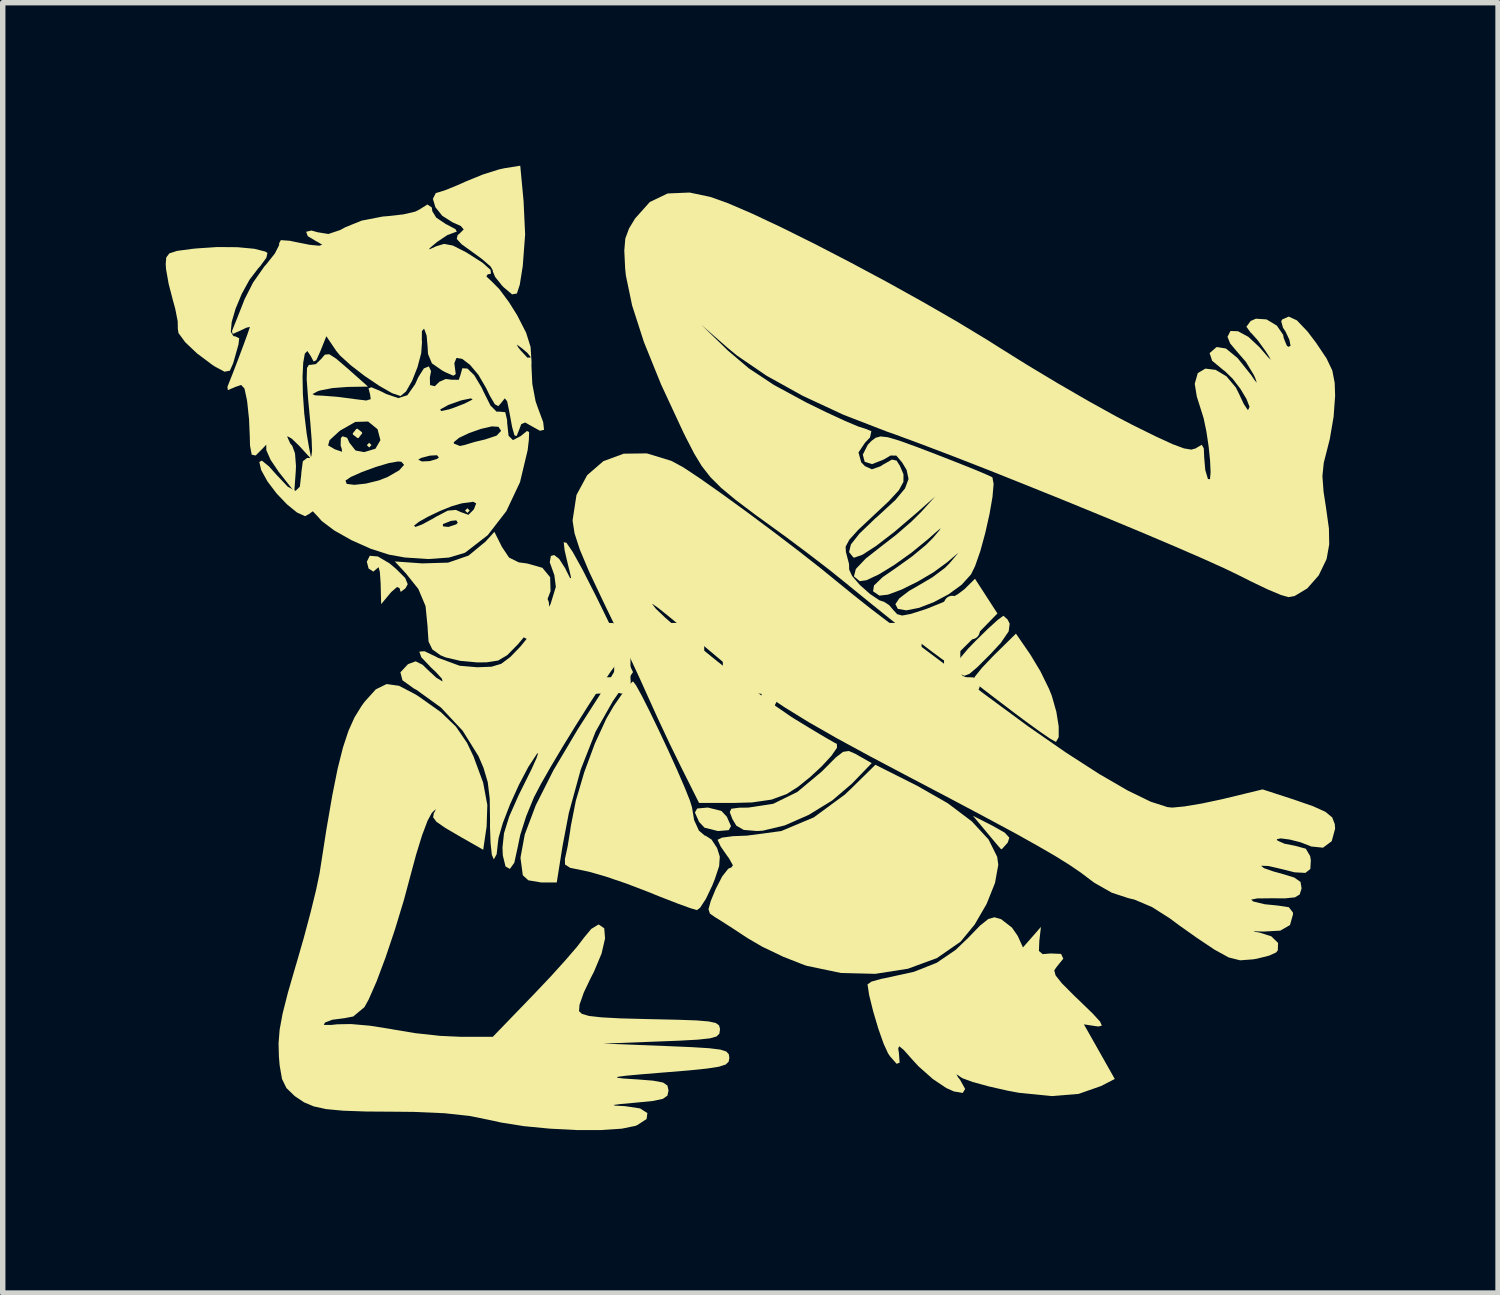
<source format=kicad_pcb>
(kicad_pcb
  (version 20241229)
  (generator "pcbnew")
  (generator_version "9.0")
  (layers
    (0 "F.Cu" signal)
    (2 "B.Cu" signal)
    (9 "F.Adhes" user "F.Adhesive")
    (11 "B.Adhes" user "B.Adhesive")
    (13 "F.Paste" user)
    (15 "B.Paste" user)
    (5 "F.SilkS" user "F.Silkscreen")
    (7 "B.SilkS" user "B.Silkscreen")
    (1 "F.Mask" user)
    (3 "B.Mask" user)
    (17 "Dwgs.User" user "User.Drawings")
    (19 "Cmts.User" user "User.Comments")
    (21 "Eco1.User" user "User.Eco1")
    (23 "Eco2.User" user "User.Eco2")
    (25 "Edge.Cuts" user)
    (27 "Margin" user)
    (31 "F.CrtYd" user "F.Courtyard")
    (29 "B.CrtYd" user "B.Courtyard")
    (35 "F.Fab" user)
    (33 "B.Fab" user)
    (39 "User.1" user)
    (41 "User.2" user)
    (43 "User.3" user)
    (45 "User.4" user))
  (footprint "tangent"
    (layer "F.Cu")
    (at 10.762 8.888)
    (property "Reference" "tangent" (at 0 0 0) (layer "F.SilkS") (effects (font (size 1.5 1.5) (thickness 0.3))))
    (attr board_only exclude_from_pos_files exclude_from_bom)
    (fp_poly (pts (xy -6.974 -3.745) (xy -7.017 -3.702) (xy -7.06 -3.745) (xy -7.017 -3.788)) (stroke (width 0) (type solid)) (fill yes) (layer "F.SilkS"))
    (fp_poly (pts (xy -5.166 -2.54) (xy -5.209 -2.497) (xy -5.252 -2.54) (xy -5.209 -2.583)) (stroke (width 0) (type solid)) (fill yes) (layer "F.SilkS"))
    (fp_poly (pts (xy -7.149 -3.981) (xy -7.146 -3.961) (xy -7.212 -3.877) (xy -7.233 -3.875) (xy -7.316 -3.94) (xy -7.319 -3.961) (xy -7.253 -4.044) (xy -7.233 -4.047)) (stroke (width 0) (type solid)) (fill yes) (layer "F.SilkS"))
    (fp_poly (pts (xy 4.466 3.266) (xy 4.684 3.39) (xy 4.766 3.481) (xy 4.739 3.568) (xy 4.731 3.578) (xy 4.641 3.679) (xy 4.617 3.696) (xy 4.561 3.633) (xy 4.431 3.479) (xy 4.352 3.384) (xy 4.097 3.078)) (stroke (width 0) (type solid)) (fill yes) (layer "F.SilkS"))
    (fp_poly (pts (xy -0.534 2.988) (xy -0.434 3.094) (xy -0.357 3.268) (xy -0.398 3.342) (xy -0.583 3.358) (xy -0.6 3.358) (xy -0.844 3.297) (xy -0.944 3.191) (xy -1.021 3.018) (xy -0.98 2.944) (xy -0.795 2.927) (xy -0.778 2.927)) (stroke (width 0) (type solid)) (fill yes) (layer "F.SilkS"))
    (fp_poly (pts (xy 4.735 -0.534) (xy 4.773 -0.458) (xy 4.754 -0.316) (xy 4.608 -0.103) (xy 4.419 0.101) (xy 4.185 0.335) (xy 4.036 0.463) (xy 3.94 0.501) (xy 3.862 0.466) (xy 3.805 0.412) (xy 3.776 0.33) (xy 3.838 0.202) (xy 4.006 0.003) (xy 4.151 -0.147) (xy 4.375 -0.367) (xy 4.554 -0.529) (xy 4.653 -0.601) (xy 4.659 -0.603)) (stroke (width 0) (type solid)) (fill yes) (layer "F.SilkS"))
    (fp_poly (pts (xy -6.859 -1.696) (xy -6.643 -1.569) (xy -6.524 -1.469) (xy -6.353 -1.298) (xy -6.307 -1.185) (xy -6.35 -1.108) (xy -6.437 -1.043) (xy -6.458 -1.112) (xy -6.503 -1.134) (xy -6.613 -1.038) (xy -6.627 -1.021) (xy -6.796 -0.818) (xy -6.806 -1.205) (xy -6.82 -1.411) (xy -6.844 -1.498) (xy -6.859 -1.485) (xy -6.94 -1.417) (xy -7.027 -1.473) (xy -7.06 -1.598) (xy -7.006 -1.708)) (stroke (width 0) (type solid)) (fill yes) (layer "F.SilkS"))
    (fp_poly (pts (xy 5.153 0.11) (xy 5.338 0.417) (xy 5.499 0.746) (xy 5.549 0.872) (xy 5.632 1.165) (xy 5.675 1.433) (xy 5.675 1.631) (xy 5.627 1.715) (xy 5.618 1.715) (xy 5.526 1.664) (xy 5.33 1.53) (xy 5.061 1.335) (xy 4.85 1.177) (xy 4.551 0.95) (xy 4.305 0.762) (xy 4.144 0.635) (xy 4.098 0.598) (xy 4.131 0.518) (xy 4.261 0.356) (xy 4.461 0.145) (xy 4.469 0.137) (xy 4.888 -0.275)) (stroke (width 0) (type solid)) (fill yes) (layer "F.SilkS"))
    (fp_poly (pts (xy 1.936 1.939) (xy 1.986 1.968) (xy 2.233 2.109) (xy 1.87 2.485) (xy 1.507 2.795) (xy 1.076 3.06) (xy 0.632 3.255) (xy 0.228 3.352) (xy 0.121 3.358) (xy -0.122 3.338) (xy -0.258 3.26) (xy -0.329 3.143) (xy -0.38 3.011) (xy -0.351 2.948) (xy -0.206 2.929) (xy -0.038 2.927) (xy 0.42 2.857) (xy 0.864 2.639) (xy 1.314 2.263) (xy 1.365 2.212) (xy 1.573 2.003) (xy 1.706 1.901) (xy 1.812 1.885)) (stroke (width 0) (type solid)) (fill yes) (layer "F.SilkS"))
    (fp_poly (pts (xy -4.573 -1.871) (xy -4.442 -1.675) (xy -4.264 -1.587) (xy -4.107 -1.566) (xy -3.829 -1.487) (xy -3.686 -1.314) (xy -3.678 -1.058) (xy -3.802 -0.731) (xy -4.057 -0.343) (xy -4.276 -0.082) (xy -4.474 0.12) (xy -4.642 0.22) (xy -4.855 0.253) (xy -5.025 0.255) (xy -5.335 0.227) (xy -5.612 0.162) (xy -5.704 0.123) (xy -5.854 0.016) (xy -5.924 -0.129) (xy -5.941 -0.376) (xy -5.941 -0.396) (xy -5.979 -0.782) (xy -6.112 -1.097) (xy -6.34 -1.383) (xy -6.545 -1.604) (xy -6.042 -1.568) (xy -5.564 -1.582) (xy -5.187 -1.712) (xy -4.874 -1.97) (xy -4.712 -2.149)) (stroke (width 0) (type solid)) (fill yes) (layer "F.SilkS"))
    (fp_poly (pts (xy -4.175 -8.238) (xy -4.146 -7.624) (xy -4.19 -7.04) (xy -4.245 -6.696) (xy -4.298 -6.535) (xy -4.387 -6.52) (xy -4.541 -6.65) (xy -4.57 -6.68) (xy -4.699 -6.841) (xy -4.744 -6.95) (xy -4.74 -6.96) (xy -4.784 -7.035) (xy -4.937 -7.168) (xy -5.095 -7.283) (xy -5.314 -7.441) (xy -5.405 -7.54) (xy -5.389 -7.61) (xy -5.349 -7.643) (xy -5.277 -7.715) (xy -5.331 -7.779) (xy -5.483 -7.846) (xy -5.671 -7.965) (xy -5.798 -8.124) (xy -5.844 -8.278) (xy -5.791 -8.384) (xy -5.726 -8.403) (xy -5.604 -8.442) (xy -5.385 -8.532) (xy -5.226 -8.603) (xy -4.924 -8.726) (xy -4.633 -8.818) (xy -4.524 -8.842) (xy -4.236 -8.888)) (stroke (width 0) (type solid)) (fill yes) (layer "F.SilkS"))
    (fp_poly (pts (xy -9.441 -7.388) (xy -9.132 -7.359) (xy -8.93 -7.308) (xy -8.889 -7.282) (xy -8.909 -7.194) (xy -9.022 -7.039) (xy -9.062 -6.995) (xy -9.22 -6.788) (xy -9.362 -6.529) (xy -9.475 -6.258) (xy -9.547 -6.012) (xy -9.564 -5.83) (xy -9.514 -5.749) (xy -9.486 -5.749) (xy -9.409 -5.712) (xy -9.422 -5.599) (xy -9.489 -5.361) (xy -9.52 -5.252) (xy -9.581 -5.115) (xy -9.679 -5.096) (xy -9.858 -5.192) (xy -9.904 -5.222) (xy -10.187 -5.434) (xy -10.404 -5.64) (xy -10.527 -5.808) (xy -10.539 -5.888) (xy -10.541 -6.023) (xy -10.587 -6.257) (xy -10.631 -6.417) (xy -10.708 -6.714) (xy -10.755 -6.98) (xy -10.762 -7.075) (xy -10.752 -7.199) (xy -10.695 -7.274) (xy -10.552 -7.32) (xy -10.286 -7.356) (xy -10.198 -7.365) (xy -9.812 -7.391)) (stroke (width 0) (type solid)) (fill yes) (layer "F.SilkS"))
    (fp_poly (pts (xy 3.069 2.525) (xy 3.633 2.847) (xy 4.076 3.181) (xy 4.384 3.514) (xy 4.543 3.833) (xy 4.563 3.98) (xy 4.503 4.313) (xy 4.348 4.701) (xy 4.128 5.08) (xy 3.873 5.39) (xy 3.863 5.399) (xy 3.435 5.696) (xy 2.901 5.893) (xy 2.298 5.987) (xy 1.665 5.971) (xy 1.04 5.84) (xy 0.99 5.824) (xy 0.608 5.674) (xy 0.219 5.488) (xy -0.052 5.33) (xy -0.316 5.156) (xy -0.543 5.01) (xy -0.654 4.942) (xy -0.745 4.878) (xy -0.771 4.797) (xy -0.731 4.651) (xy -0.638 4.425) (xy -0.519 4.194) (xy -0.407 4.052) (xy -0.35 4.028) (xy -0.322 3.989) (xy -0.396 3.857) (xy -0.422 3.823) (xy -0.545 3.646) (xy -0.602 3.525) (xy -0.603 3.519) (xy -0.524 3.48) (xy -0.32 3.453) (xy -0.065 3.443) (xy 0.567 3.359) (xy 1.167 3.107) (xy 1.739 2.687) (xy 1.861 2.571) (xy 2.301 2.139)) (stroke (width 0) (type solid)) (fill yes) (layer "F.SilkS"))
    (fp_poly (pts (xy -2.105 0.676) (xy -1.996 0.874) (xy -1.85 1.163) (xy -1.683 1.509) (xy -1.51 1.878) (xy -1.347 2.238) (xy -1.21 2.555) (xy -1.114 2.795) (xy -1.074 2.924) (xy -1.074 2.927) (xy -1.035 3.159) (xy -0.947 3.351) (xy -0.839 3.443) (xy -0.826 3.444) (xy -0.715 3.515) (xy -0.613 3.671) (xy -0.563 3.83) (xy -0.575 4.004) (xy -0.657 4.251) (xy -0.701 4.36) (xy -0.819 4.607) (xy -0.926 4.772) (xy -0.984 4.814) (xy -1.099 4.78) (xy -1.334 4.695) (xy -1.651 4.572) (xy -1.894 4.474) (xy -2.286 4.324) (xy -2.663 4.196) (xy -2.969 4.108) (xy -3.085 4.083) (xy -3.315 4.037) (xy -3.412 3.975) (xy -3.414 3.868) (xy -3.407 3.842) (xy -3.364 3.643) (xy -3.319 3.367) (xy -3.306 3.272) (xy -3.214 2.805) (xy -3.058 2.276) (xy -2.863 1.749) (xy -2.65 1.287) (xy -2.514 1.055) (xy -2.351 0.82) (xy -2.222 0.657) (xy -2.161 0.603)) (stroke (width 0) (type solid)) (fill yes) (layer "F.SilkS"))
    (fp_poly (pts (xy 4.611 4.98) (xy 4.619 4.984) (xy 4.814 5.135) (xy 4.921 5.289) (xy 5.017 5.501) (xy 5.183 5.312) (xy 5.348 5.123) (xy 5.318 5.385) (xy 5.311 5.566) (xy 5.38 5.624) (xy 5.528 5.612) (xy 5.718 5.62) (xy 5.76 5.707) (xy 5.643 5.852) (xy 5.64 5.855) (xy 5.593 5.923) (xy 5.618 6.016) (xy 5.733 6.161) (xy 5.955 6.384) (xy 6.048 6.473) (xy 6.301 6.718) (xy 6.437 6.867) (xy 6.469 6.94) (xy 6.412 6.956) (xy 6.363 6.951) (xy 6.139 6.917) (xy 6.423 7.419) (xy 6.707 7.922) (xy 6.455 8.052) (xy 6.041 8.197) (xy 5.544 8.237) (xy 4.94 8.176) (xy 4.732 8.137) (xy 4.384 8.058) (xy 4.092 7.978) (xy 3.905 7.909) (xy 3.875 7.891) (xy 3.791 7.834) (xy 3.823 7.891) (xy 3.861 7.94) (xy 3.953 8.106) (xy 3.909 8.179) (xy 3.744 8.151) (xy 3.604 8.088) (xy 3.357 7.922) (xy 3.094 7.689) (xy 2.991 7.577) (xy 2.822 7.387) (xy 2.739 7.319) (xy 2.721 7.364) (xy 2.734 7.446) (xy 2.747 7.622) (xy 2.692 7.643) (xy 2.572 7.507) (xy 2.535 7.453) (xy 2.453 7.275) (xy 2.354 6.994) (xy 2.259 6.673) (xy 2.186 6.378) (xy 2.156 6.182) (xy 2.229 6.13) (xy 2.415 6.078) (xy 2.475 6.067) (xy 3.012 5.949) (xy 3.43 5.783) (xy 3.778 5.546) (xy 4.008 5.325) (xy 4.229 5.097) (xy 4.378 4.978) (xy 4.492 4.946)) (stroke (width 0) (type solid)) (fill yes) (layer "F.SilkS"))
    (fp_poly (pts (xy 2.529 -3.89) (xy 2.737 -3.829) (xy 3.05 -3.716) (xy 3.401 -3.582) (xy 3.788 -3.431) (xy 4.114 -3.301) (xy 4.346 -3.203) (xy 4.453 -3.153) (xy 4.455 -3.151) (xy 4.477 -3.03) (xy 4.456 -2.789) (xy 4.401 -2.473) (xy 4.323 -2.126) (xy 4.232 -1.793) (xy 4.136 -1.518) (xy 4.061 -1.365) (xy 3.888 -1.174) (xy 3.647 -0.999) (xy 3.373 -0.853) (xy 3.102 -0.749) (xy 2.871 -0.704) (xy 2.715 -0.73) (xy 2.669 -0.817) (xy 2.74 -0.924) (xy 2.923 -1.063) (xy 3.078 -1.152) (xy 3.35 -1.312) (xy 3.581 -1.485) (xy 3.659 -1.562) (xy 3.83 -1.765) (xy 3.616 -1.584) (xy 3.369 -1.403) (xy 3.075 -1.23) (xy 2.781 -1.085) (xy 2.534 -0.993) (xy 2.378 -0.975) (xy 2.373 -0.976) (xy 2.258 -1.054) (xy 2.275 -1.161) (xy 2.432 -1.313) (xy 2.691 -1.492) (xy 2.975 -1.695) (xy 3.231 -1.907) (xy 3.357 -2.033) (xy 3.481 -2.178) (xy 3.503 -2.215) (xy 3.412 -2.14) (xy 3.271 -2.015) (xy 2.965 -1.765) (xy 2.65 -1.54) (xy 2.362 -1.364) (xy 2.135 -1.258) (xy 2.012 -1.241) (xy 1.906 -1.329) (xy 1.941 -1.465) (xy 2.123 -1.657) (xy 2.39 -1.867) (xy 2.687 -2.097) (xy 2.965 -2.338) (xy 3.142 -2.513) (xy 3.4 -2.798) (xy 3.056 -2.494) (xy 2.648 -2.146) (xy 2.311 -1.887) (xy 2.061 -1.726) (xy 1.913 -1.674) (xy 1.894 -1.679) (xy 1.816 -1.776) (xy 1.85 -1.916) (xy 2.006 -2.115) (xy 2.293 -2.391) (xy 2.368 -2.457) (xy 2.671 -2.737) (xy 2.847 -2.949) (xy 2.911 -3.122) (xy 2.876 -3.287) (xy 2.794 -3.424) (xy 2.686 -3.552) (xy 2.58 -3.553) (xy 2.453 -3.479) (xy 2.24 -3.395) (xy 2.104 -3.438) (xy 2.069 -3.57) (xy 2.161 -3.752) (xy 2.229 -3.823) (xy 2.305 -3.88) (xy 2.395 -3.905)) (stroke (width 0) (type solid)) (fill yes) (layer "F.SilkS"))
    (fp_poly (pts (xy -3.386 -1.948) (xy -3.271 -1.78) (xy -3.09 -1.454) (xy -2.844 -0.97) (xy -2.712 -0.701) (xy -2.16 0.433) (xy -2.533 0.97) (xy -2.849 1.529) (xy -3.122 2.225) (xy -3.342 3.027) (xy -3.458 3.638) (xy -3.564 4.305) (xy -3.851 4.305) (xy -4.088 4.265) (xy -4.189 4.172) (xy -4.232 3.85) (xy -4.153 3.422) (xy -3.951 2.886) (xy -3.625 2.239) (xy -3.173 1.479) (xy -2.984 1.184) (xy -2.751 0.821) (xy -2.56 0.516) (xy -2.428 0.294) (xy -2.369 0.181) (xy -2.369 0.172) (xy -2.438 0.242) (xy -2.576 0.431) (xy -2.765 0.712) (xy -2.988 1.056) (xy -3.227 1.435) (xy -3.463 1.82) (xy -3.679 2.183) (xy -3.857 2.495) (xy -3.979 2.729) (xy -3.985 2.741) (xy -4.126 3.084) (xy -4.236 3.43) (xy -4.285 3.666) (xy -4.345 3.941) (xy -4.427 4.056) (xy -4.507 4.011) (xy -4.557 3.807) (xy -4.563 3.663) (xy -4.535 3.399) (xy -4.439 3.09) (xy -4.264 2.695) (xy -4.178 2.522) (xy -4.031 2.226) (xy -3.937 2.018) (xy -3.906 1.922) (xy -3.929 1.937) (xy -4.088 2.18) (xy -4.26 2.507) (xy -4.424 2.868) (xy -4.557 3.212) (xy -4.636 3.487) (xy -4.649 3.592) (xy -4.67 3.784) (xy -4.719 3.874) (xy -4.725 3.875) (xy -4.759 3.795) (xy -4.782 3.584) (xy -4.793 3.281) (xy -4.792 3.164) (xy -4.798 2.761) (xy -4.834 2.46) (xy -4.914 2.191) (xy -5.005 1.98) (xy -5.296 1.512) (xy -5.696 1.085) (xy -6.145 0.761) (xy -6.194 0.735) (xy -6.404 0.584) (xy -6.442 0.437) (xy -6.308 0.293) (xy -6.295 0.284) (xy -6.161 0.235) (xy -6.032 0.299) (xy -5.936 0.393) (xy -5.781 0.536) (xy -5.672 0.602) (xy -5.666 0.603) (xy -5.679 0.553) (xy -5.794 0.427) (xy -5.875 0.352) (xy -6.056 0.161) (xy -6.094 0.056) (xy -5.998 0.049) (xy -5.777 0.155) (xy -5.757 0.167) (xy -5.352 0.316) (xy -5.026 0.344) (xy -4.767 0.334) (xy -4.587 0.281) (xy -4.419 0.155) (xy -4.236 -0.034) (xy -3.899 -0.447) (xy -3.678 -0.82) (xy -3.581 -1.136) (xy -3.608 -1.351) (xy -3.693 -1.589) (xy -3.672 -1.705) (xy -3.612 -1.722) (xy -3.52 -1.651) (xy -3.409 -1.478) (xy -3.392 -1.442) (xy -3.317 -1.294) (xy -3.301 -1.303) (xy -3.317 -1.378) (xy -3.381 -1.643) (xy -3.419 -1.808) (xy -3.436 -1.957)) (stroke (width 0) (type solid)) (fill yes) (layer "F.SilkS"))
    (fp_poly (pts (xy -6.467 0.685) (xy -6.165 0.843) (xy -6.095 0.888) (xy -5.699 1.169) (xy -5.42 1.436) (xy -5.215 1.737) (xy -5.097 1.984) (xy -4.919 2.467) (xy -4.842 2.879) (xy -4.855 3.278) (xy -4.862 3.323) (xy -4.918 3.703) (xy -5.322 3.473) (xy -5.613 3.303) (xy -5.778 3.189) (xy -5.84 3.106) (xy -5.827 3.029) (xy -5.804 2.992) (xy -5.791 2.955) (xy -5.865 3.026) (xy -5.942 3.169) (xy -6.043 3.437) (xy -6.152 3.79) (xy -6.231 4.082) (xy -6.377 4.627) (xy -6.543 5.173) (xy -6.715 5.685) (xy -6.88 6.126) (xy -7.026 6.459) (xy -7.104 6.6) (xy -7.31 6.772) (xy -7.471 6.803) (xy -7.695 6.832) (xy -7.831 6.884) (xy -7.851 6.927) (xy -7.707 6.927) (xy -7.609 6.916) (xy -7.352 6.911) (xy -7.001 6.942) (xy -6.627 7.001) (xy -6.592 7.008) (xy -6.167 7.079) (xy -5.707 7.129) (xy -5.332 7.146) (xy -4.741 7.146) (xy -3.985 6.363) (xy -3.679 6.04) (xy -3.405 5.737) (xy -3.192 5.49) (xy -3.07 5.331) (xy -3.07 5.33) (xy -2.929 5.16) (xy -2.8 5.081) (xy -2.79 5.08) (xy -2.69 5.149) (xy -2.675 5.336) (xy -2.739 5.613) (xy -2.88 5.95) (xy -2.936 6.058) (xy -3.066 6.33) (xy -3.145 6.555) (xy -3.154 6.674) (xy -3.101 6.724) (xy -2.971 6.762) (xy -2.74 6.788) (xy -2.385 6.807) (xy -1.883 6.82) (xy -1.833 6.821) (xy -1.341 6.832) (xy -0.995 6.844) (xy -0.769 6.863) (xy -0.639 6.891) (xy -0.578 6.934) (xy -0.56 6.994) (xy -0.56 7.017) (xy -0.571 7.089) (xy -0.623 7.14) (xy -0.744 7.174) (xy -0.962 7.198) (xy -1.304 7.217) (xy -1.636 7.23) (xy -2.712 7.271) (xy -1.55 7.316) (xy -1.082 7.336) (xy -0.76 7.356) (xy -0.556 7.381) (xy -0.444 7.416) (xy -0.397 7.467) (xy -0.387 7.534) (xy -0.4 7.604) (xy -0.454 7.656) (xy -0.577 7.696) (xy -0.795 7.73) (xy -1.136 7.765) (xy -1.55 7.799) (xy -2.004 7.836) (xy -2.298 7.863) (xy -2.444 7.883) (xy -2.455 7.899) (xy -2.343 7.913) (xy -2.119 7.928) (xy -2.109 7.928) (xy -1.792 7.953) (xy -1.609 7.987) (xy -1.527 8.043) (xy -1.507 8.134) (xy -1.507 8.137) (xy -1.527 8.229) (xy -1.611 8.288) (xy -1.795 8.327) (xy -2.109 8.358) (xy -2.396 8.384) (xy -2.52 8.401) (xy -2.489 8.413) (xy -2.312 8.422) (xy -2.303 8.423) (xy -2.03 8.464) (xy -1.896 8.55) (xy -1.91 8.659) (xy -2.083 8.772) (xy -2.115 8.785) (xy -2.367 8.837) (xy -2.743 8.862) (xy -3.198 8.862) (xy -3.688 8.837) (xy -4.166 8.791) (xy -4.588 8.724) (xy -4.736 8.691) (xy -5.154 8.605) (xy -5.625 8.553) (xy -6.197 8.528) (xy -6.511 8.525) (xy -7.075 8.521) (xy -7.497 8.506) (xy -7.808 8.477) (xy -8.036 8.427) (xy -8.214 8.353) (xy -8.37 8.249) (xy -8.397 8.228) (xy -8.54 8.089) (xy -8.621 7.923) (xy -8.665 7.669) (xy -8.678 7.514) (xy -8.685 7.268) (xy -8.665 7.015) (xy -8.61 6.717) (xy -8.513 6.335) (xy -8.367 5.831) (xy -8.358 5.803) (xy -8.22 5.324) (xy -8.095 4.855) (xy -7.994 4.443) (xy -7.93 4.138) (xy -7.923 4.092) (xy -7.803 3.323) (xy -7.696 2.703) (xy -7.597 2.209) (xy -7.499 1.82) (xy -7.398 1.514) (xy -7.287 1.267) (xy -7.159 1.059) (xy -7.102 0.98) (xy -6.894 0.75) (xy -6.696 0.653)) (stroke (width 0) (type solid)) (fill yes) (layer "F.SilkS"))
    (fp_poly (pts (xy -1.454 -3.455) (xy -1.235 -3.336) (xy -0.929 -3.133) (xy -0.526 -2.849) (xy -0.062 -2.512) (xy 0.424 -2.15) (xy 0.896 -1.79) (xy 1.317 -1.459) (xy 1.576 -1.248) (xy 1.897 -0.987) (xy 2.233 -0.721) (xy 2.501 -0.517) (xy 2.696 -0.372) (xy 2.999 -0.145) (xy 3.383 0.143) (xy 3.821 0.472) (xy 4.282 0.819) (xy 4.361 0.878) (xy 5.119 1.436) (xy 5.81 1.915) (xy 6.423 2.31) (xy 6.946 2.613) (xy 7.367 2.818) (xy 7.677 2.918) (xy 7.766 2.927) (xy 7.986 2.906) (xy 8.309 2.852) (xy 8.672 2.775) (xy 8.739 2.759) (xy 9.428 2.592) (xy 9.988 2.774) (xy 10.355 2.901) (xy 10.585 3.005) (xy 10.709 3.108) (xy 10.757 3.231) (xy 10.763 3.315) (xy 10.7 3.546) (xy 10.54 3.665) (xy 10.322 3.643) (xy 10.308 3.636) (xy 10.124 3.565) (xy 9.925 3.515) (xy 9.763 3.494) (xy 9.689 3.509) (xy 9.701 3.534) (xy 9.832 3.592) (xy 10.031 3.631) (xy 10.224 3.684) (xy 10.304 3.821) (xy 10.316 3.896) (xy 10.307 4.057) (xy 10.216 4.129) (xy 10.015 4.118) (xy 9.735 4.048) (xy 9.53 4.002) (xy 9.409 3.997) (xy 9.402 4.001) (xy 9.454 4.042) (xy 9.629 4.103) (xy 9.767 4.14) (xy 10.012 4.215) (xy 10.126 4.295) (xy 10.145 4.409) (xy 10.143 4.424) (xy 10.111 4.526) (xy 10.024 4.579) (xy 9.839 4.598) (xy 9.6 4.596) (xy 9.328 4.599) (xy 9.218 4.621) (xy 9.256 4.655) (xy 9.466 4.706) (xy 9.708 4.73) (xy 9.911 4.761) (xy 9.985 4.856) (xy 9.988 4.891) (xy 9.932 5.089) (xy 9.753 5.192) (xy 9.444 5.209) (xy 9.273 5.203) (xy 9.27 5.211) (xy 9.368 5.226) (xy 9.589 5.297) (xy 9.713 5.419) (xy 9.708 5.555) (xy 9.676 5.594) (xy 9.548 5.652) (xy 9.324 5.708) (xy 9.256 5.72) (xy 9.015 5.738) (xy 8.803 5.685) (xy 8.543 5.542) (xy 8.522 5.528) (xy 8.22 5.326) (xy 7.884 5.088) (xy 7.719 4.965) (xy 7.393 4.758) (xy 7.071 4.621) (xy 6.958 4.594) (xy 6.655 4.495) (xy 6.335 4.314) (xy 6.254 4.254) (xy 6.081 4.123) (xy 5.874 3.982) (xy 5.617 3.822) (xy 5.292 3.633) (xy 4.882 3.404) (xy 4.369 3.128) (xy 3.738 2.792) (xy 2.971 2.389) (xy 2.959 2.383) (xy 2.212 1.988) (xy 1.592 1.651) (xy 1.074 1.355) (xy 0.631 1.082) (xy 0.234 0.815) (xy -0.142 0.537) (xy -0.524 0.23) (xy -0.895 -0.082) (xy -1.223 -0.361) (xy -1.498 -0.589) (xy -1.698 -0.749) (xy -1.8 -0.821) (xy -1.808 -0.822) (xy -1.743 -0.736) (xy -1.566 -0.567) (xy -1.3 -0.335) (xy -0.972 -0.06) (xy -0.606 0.237) (xy -0.227 0.536) (xy 0.139 0.817) (xy 0.469 1.061) (xy 0.736 1.245) (xy 0.806 1.29) (xy 1.118 1.48) (xy 1.378 1.635) (xy 1.549 1.733) (xy 1.592 1.754) (xy 1.594 1.826) (xy 1.492 1.973) (xy 1.317 2.163) (xy 1.101 2.364) (xy 0.875 2.546) (xy 0.671 2.676) (xy 0.39 2.78) (xy 0.03 2.832) (xy -0.297 2.841) (xy -0.945 2.841) (xy -1.279 2.174) (xy -1.482 1.759) (xy -1.697 1.301) (xy -1.881 0.895) (xy -1.889 0.877) (xy -2.032 0.559) (xy -2.228 0.138) (xy -2.452 -0.335) (xy -2.681 -0.809) (xy -2.718 -0.886) (xy -2.968 -1.414) (xy -3.138 -1.818) (xy -3.236 -2.119) (xy -3.271 -2.342) (xy -3.272 -2.365) (xy -3.201 -2.827) (xy -3.004 -3.192) (xy -2.707 -3.449) (xy -2.333 -3.587) (xy -1.907 -3.593)) (stroke (width 0) (type solid)) (fill yes) (layer "F.SilkS"))
    (fp_poly (pts (xy -5.864 -8.119) (xy -5.855 -8.051) (xy -5.783 -7.933) (xy -5.607 -7.814) (xy -5.575 -7.799) (xy -5.427 -7.719) (xy -5.404 -7.672) (xy -5.424 -7.668) (xy -5.579 -7.61) (xy -5.769 -7.483) (xy -5.769 -7.483) (xy -5.905 -7.369) (xy -5.909 -7.347) (xy -5.786 -7.404) (xy -5.638 -7.449) (xy -5.475 -7.418) (xy -5.239 -7.298) (xy -5.209 -7.28) (xy -4.929 -7.101) (xy -4.782 -6.97) (xy -4.776 -6.899) (xy -4.836 -6.888) (xy -4.859 -6.849) (xy -4.761 -6.758) (xy -4.621 -6.616) (xy -4.444 -6.377) (xy -4.293 -6.136) (xy -4.128 -5.814) (xy -4.046 -5.552) (xy -4.028 -5.272) (xy -4.03 -5.202) (xy -4.014 -4.871) (xy -3.954 -4.553) (xy -3.918 -4.449) (xy -3.814 -4.169) (xy -3.798 -4.027) (xy -3.872 -4.009) (xy -3.995 -4.076) (xy -4.145 -4.161) (xy -4.217 -4.132) (xy -4.259 -4.021) (xy -4.303 -3.912) (xy -4.342 -3.924) (xy -4.385 -4.075) (xy -4.435 -4.346) (xy -4.477 -4.551) (xy -4.52 -4.606) (xy -4.579 -4.533) (xy -4.579 -4.532) (xy -4.639 -4.462) (xy -4.704 -4.497) (xy -4.798 -4.658) (xy -4.863 -4.793) (xy -5.005 -5.037) (xy -5.161 -5.223) (xy -5.305 -5.333) (xy -5.41 -5.35) (xy -5.449 -5.253) (xy -5.441 -5.186) (xy -5.423 -5.051) (xy -5.468 -5.023) (xy -5.616 -5.088) (xy -5.671 -5.117) (xy -5.862 -5.25) (xy -5.934 -5.423) (xy -5.941 -5.551) (xy -5.945 -5.596) (xy -4.299 -5.596) (xy -4.278 -5.551) (xy -4.23 -5.489) (xy -4.104 -5.355) (xy -4.048 -5.356) (xy -4.047 -5.371) (xy -4.106 -5.443) (xy -4.197 -5.521) (xy -4.299 -5.596) (xy -5.945 -5.596) (xy -5.959 -5.761) (xy -6.003 -5.882) (xy -6.009 -5.887) (xy -6.046 -5.843) (xy -6.048 -5.679) (xy -6.044 -5.646) (xy -6.059 -5.438) (xy -6.127 -5.181) (xy -6.227 -4.928) (xy -6.338 -4.733) (xy -6.437 -4.65) (xy -6.442 -4.649) (xy -6.595 -4.701) (xy -6.829 -4.835) (xy -7.099 -5.017) (xy -7.356 -5.215) (xy -7.555 -5.396) (xy -7.623 -5.479) (xy -7.805 -5.749) (xy -7.913 -5.479) (xy -7.99 -5.308) (xy -8.04 -5.284) (xy -8.09 -5.381) (xy -8.154 -5.477) (xy -8.201 -5.429) (xy -8.231 -5.263) (xy -8.243 -5.006) (xy -8.237 -4.686) (xy -8.212 -4.329) (xy -8.168 -3.962) (xy -8.124 -3.702) (xy -8.081 -3.487) (xy -8.302 -3.729) (xy -8.442 -3.864) (xy -8.519 -3.907) (xy -8.524 -3.897) (xy -8.47 -3.776) (xy -8.432 -3.731) (xy -8.382 -3.594) (xy -8.364 -3.361) (xy -8.368 -3.264) (xy -8.395 -2.889) (xy -8.681 -3.251) (xy -8.831 -3.473) (xy -8.91 -3.652) (xy -8.911 -3.722) (xy -8.911 -3.753) (xy -8.979 -3.681) (xy -9.106 -3.554) (xy -9.179 -3.569) (xy -9.21 -3.736) (xy -9.214 -3.896) (xy -9.228 -4.222) (xy -9.262 -4.543) (xy -9.268 -4.582) (xy -9.312 -4.786) (xy -9.373 -4.852) (xy -9.486 -4.814) (xy -9.495 -4.809) (xy -9.618 -4.757) (xy -9.626 -4.817) (xy -9.603 -4.876) (xy -9.526 -5.07) (xy -9.429 -5.323) (xy -9.332 -5.582) (xy -9.254 -5.796) (xy -9.214 -5.914) (xy -9.213 -5.921) (xy -9.277 -5.906) (xy -9.398 -5.848) (xy -9.528 -5.791) (xy -9.543 -5.841) (xy -9.516 -5.909) (xy -9.444 -6.089) (xy -9.344 -6.343) (xy -9.31 -6.431) (xy -9.154 -6.737) (xy -8.948 -7.031) (xy -8.905 -7.08) (xy -8.753 -7.272) (xy -8.675 -7.424) (xy -8.673 -7.464) (xy -8.642 -7.518) (xy -8.477 -7.506) (xy -8.378 -7.485) (xy -8.111 -7.432) (xy -7.937 -7.415) (xy -7.881 -7.433) (xy -7.967 -7.486) (xy -7.986 -7.494) (xy -8.147 -7.591) (xy -8.177 -7.672) (xy -8.08 -7.695) (xy -7.965 -7.663) (xy -7.768 -7.631) (xy -7.55 -7.704) (xy -7.455 -7.756) (xy -7.152 -7.878) (xy -6.769 -7.952) (xy -6.672 -7.96) (xy -6.387 -7.992) (xy -6.168 -8.043) (xy -6.088 -8.084) (xy -5.945 -8.174)) (stroke (width 0) (type solid)) (fill yes) (layer "F.SilkS"))
    (fp_poly (pts (xy -7.625 -5.337) (xy -7.414 -5.156) (xy -7.038 -4.822) (xy -7.415 -4.816) (xy -7.692 -4.795) (xy -7.919 -4.751) (xy -7.964 -4.736) (xy -8.061 -4.684) (xy -8.011 -4.661) (xy -7.878 -4.655) (xy -7.614 -4.635) (xy -7.313 -4.597) (xy -7.283 -4.592) (xy -7.07 -4.566) (xy -6.988 -4.591) (xy -7 -4.678) (xy -7 -4.679) (xy -7.029 -4.789) (xy -6.976 -4.81) (xy -6.816 -4.743) (xy -6.705 -4.687) (xy -6.48 -4.61) (xy -6.313 -4.664) (xy -6.172 -4.864) (xy -6.112 -4.996) (xy -6.01 -5.157) (xy -5.918 -5.194) (xy -5.878 -5.107) (xy -5.9 -4.987) (xy -5.896 -4.85) (xy -5.809 -4.829) (xy -5.724 -4.911) (xy -5.608 -4.962) (xy -5.503 -4.949) (xy -5.368 -4.947) (xy -5.338 -5.031) (xy -5.302 -5.16) (xy -5.208 -5.154) (xy -5.082 -5.031) (xy -4.949 -4.808) (xy -4.917 -4.739) (xy -4.784 -4.474) (xy -4.672 -4.361) (xy -4.605 -4.36) (xy -4.512 -4.351) (xy -4.478 -4.207) (xy -4.477 -4.156) (xy -4.451 -3.917) (xy -4.37 -3.837) (xy -4.226 -3.912) (xy -4.204 -3.931) (xy -4.112 -4.005) (xy -4.073 -3.986) (xy -4.077 -3.845) (xy -4.1 -3.651) (xy -4.24 -3.064) (xy -4.492 -2.53) (xy -4.834 -2.088) (xy -5.242 -1.772) (xy -5.269 -1.758) (xy -5.55 -1.675) (xy -5.935 -1.648) (xy -6.365 -1.677) (xy -6.652 -1.729) (xy -6.988 -1.837) (xy -7.342 -1.995) (xy -7.661 -2.175) (xy -7.776 -2.262) (xy -6.191 -2.262) (xy -6.166 -2.239) (xy -6.051 -2.281) (xy -6.029 -2.292) (xy -5.66 -2.292) (xy -5.658 -2.25) (xy -5.559 -2.239) (xy -5.415 -2.286) (xy -5.386 -2.317) (xy -5.414 -2.361) (xy -5.51 -2.35) (xy -5.66 -2.292) (xy -6.029 -2.292) (xy -5.856 -2.385) (xy -5.789 -2.425) (xy -5.57 -2.539) (xy -5.42 -2.552) (xy -5.33 -2.512) (xy -5.19 -2.462) (xy -5.094 -2.557) (xy -5.086 -2.572) (xy -5.047 -2.672) (xy -5.103 -2.702) (xy -5.288 -2.677) (xy -5.32 -2.671) (xy -5.5 -2.619) (xy -5.717 -2.531) (xy -5.931 -2.429) (xy -6.103 -2.332) (xy -6.191 -2.262) (xy -7.776 -2.262) (xy -7.891 -2.349) (xy -7.949 -2.415) (xy -8.054 -2.527) (xy -8.114 -2.484) (xy -8.115 -2.481) (xy -8.197 -2.437) (xy -8.346 -2.505) (xy -8.53 -2.655) (xy -8.721 -2.855) (xy -8.889 -3.077) (xy -9.005 -3.287) (xy -9.039 -3.435) (xy -8.992 -3.46) (xy -8.862 -3.354) (xy -8.73 -3.207) (xy -8.515 -2.979) (xy -8.372 -2.903) (xy -8.293 -2.98) (xy -8.28 -3.092) (xy -7.453 -3.092) (xy -7.43 -3.031) (xy -7.288 -3.014) (xy -7.076 -3.037) (xy -6.839 -3.095) (xy -6.676 -3.159) (xy -6.463 -3.282) (xy -6.374 -3.382) (xy -6.423 -3.438) (xy -6.485 -3.444) (xy -6.653 -3.415) (xy -6.894 -3.343) (xy -7.149 -3.25) (xy -7.356 -3.158) (xy -7.453 -3.092) (xy -8.28 -3.092) (xy -8.266 -3.21) (xy -8.266 -3.234) (xy -8.238 -3.448) (xy -8.2 -3.477) (xy -6.113 -3.477) (xy -6.046 -3.444) (xy -5.901 -3.451) (xy -5.768 -3.49) (xy -5.733 -3.518) (xy -5.769 -3.559) (xy -5.901 -3.551) (xy -6.061 -3.509) (xy -6.113 -3.477) (xy -8.2 -3.477) (xy -8.159 -3.509) (xy -8.158 -3.509) (xy -8.109 -3.507) (xy -8.08 -3.543) (xy -8.068 -3.644) (xy -8.072 -3.74) (xy -7.773 -3.74) (xy -7.649 -3.668) (xy -7.515 -3.622) (xy -7.523 -3.681) (xy -7.542 -3.737) (xy -7.538 -3.873) (xy -7.507 -3.908) (xy -7.423 -3.881) (xy -7.38 -3.788) (xy -7.268 -3.646) (xy -7.109 -3.616) (xy -6.901 -3.679) (xy -6.846 -3.774) (xy -5.459 -3.774) (xy -5.347 -3.729) (xy -5.265 -3.746) (xy -5.073 -3.804) (xy -4.884 -3.849) (xy -4.672 -3.919) (xy -4.588 -4.007) (xy -4.637 -4.082) (xy -4.759 -4.09) (xy -4.958 -4.044) (xy -5.177 -3.967) (xy -5.362 -3.879) (xy -5.458 -3.8) (xy -5.459 -3.774) (xy -6.846 -3.774) (xy -6.81 -3.836) (xy -6.862 -4.037) (xy -7.036 -4.179) (xy -7.271 -4.172) (xy -7.547 -4.015) (xy -7.576 -3.992) (xy -7.746 -3.835) (xy -7.773 -3.74) (xy -8.072 -3.74) (xy -8.075 -3.837) (xy -8.099 -4.147) (xy -8.122 -4.399) (xy -5.709 -4.399) (xy -5.692 -4.372) (xy -5.551 -4.402) (xy -5.48 -4.425) (xy -5.264 -4.508) (xy -5.126 -4.578) (xy -5.113 -4.588) (xy -5.146 -4.605) (xy -5.298 -4.574) (xy -5.342 -4.562) (xy -5.56 -4.484) (xy -5.704 -4.404) (xy -5.709 -4.399) (xy -8.122 -4.399) (xy -8.141 -4.598) (xy -8.167 -4.96) (xy -8.161 -5.166) (xy -8.124 -5.225) (xy -8.112 -5.22) (xy -7.998 -5.236) (xy -7.905 -5.326) (xy -7.833 -5.41) (xy -7.753 -5.418)) (stroke (width 0) (type solid)) (fill yes) (layer "F.SilkS"))
    (fp_poly (pts (xy -0.735 -8.313) (xy -0.411 -8.197) (xy 0.035 -8.005) (xy 0.576 -7.75) (xy 1.186 -7.447) (xy 1.839 -7.109) (xy 2.51 -6.75) (xy 3.172 -6.382) (xy 3.799 -6.021) (xy 4.366 -5.678) (xy 4.563 -5.553) (xy 5.095 -5.221) (xy 5.666 -4.878) (xy 6.228 -4.553) (xy 6.732 -4.274) (xy 7.034 -4.116) (xy 7.468 -3.902) (xy 7.775 -3.761) (xy 7.983 -3.684) (xy 8.116 -3.662) (xy 8.201 -3.686) (xy 8.218 -3.699) (xy 8.308 -3.751) (xy 8.346 -3.685) (xy 8.353 -3.519) (xy 8.373 -3.287) (xy 8.421 -3.125) (xy 8.423 -3.12) (xy 8.46 -3.119) (xy 8.471 -3.246) (xy 8.461 -3.463) (xy 8.434 -3.727) (xy 8.393 -3.999) (xy 8.343 -4.239) (xy 8.299 -4.38) (xy 8.217 -4.638) (xy 8.18 -4.867) (xy 8.18 -4.878) (xy 8.235 -5.071) (xy 8.375 -5.153) (xy 8.564 -5.13) (xy 8.763 -5.011) (xy 8.935 -4.806) (xy 8.991 -4.695) (xy 9.082 -4.501) (xy 9.151 -4.397) (xy 9.161 -4.391) (xy 9.188 -4.45) (xy 9.131 -4.595) (xy 9.018 -4.783) (xy 8.876 -4.968) (xy 8.733 -5.107) (xy 8.71 -5.123) (xy 8.499 -5.298) (xy 8.453 -5.439) (xy 8.574 -5.544) (xy 8.588 -5.55) (xy 8.753 -5.523) (xy 8.967 -5.348) (xy 9.218 -5.034) (xy 9.279 -4.943) (xy 9.322 -4.893) (xy 9.29 -4.985) (xy 9.266 -5.037) (xy 9.121 -5.277) (xy 8.963 -5.459) (xy 8.83 -5.618) (xy 8.782 -5.739) (xy 8.837 -5.846) (xy 8.976 -5.841) (xy 9.166 -5.738) (xy 9.371 -5.547) (xy 9.384 -5.532) (xy 9.533 -5.359) (xy 9.58 -5.316) (xy 9.533 -5.397) (xy 9.475 -5.486) (xy 9.335 -5.679) (xy 9.224 -5.803) (xy 9.209 -5.814) (xy 9.13 -5.924) (xy 9.208 -6.03) (xy 9.305 -6.072) (xy 9.5 -6.059) (xy 9.691 -5.944) (xy 9.806 -5.776) (xy 9.816 -5.718) (xy 9.873 -5.577) (xy 9.901 -5.554) (xy 9.943 -5.572) (xy 9.921 -5.684) (xy 9.85 -5.835) (xy 9.803 -5.906) (xy 9.771 -6.025) (xy 9.788 -6.057) (xy 9.909 -6.111) (xy 10.06 -6.041) (xy 10.256 -5.835) (xy 10.414 -5.626) (xy 10.605 -5.341) (xy 10.711 -5.119) (xy 10.755 -4.892) (xy 10.763 -4.651) (xy 10.735 -4.267) (xy 10.665 -3.857) (xy 10.625 -3.699) (xy 10.554 -3.42) (xy 10.529 -3.174) (xy 10.55 -2.889) (xy 10.594 -2.604) (xy 10.649 -2.209) (xy 10.654 -1.917) (xy 10.61 -1.669) (xy 10.601 -1.637) (xy 10.461 -1.347) (xy 10.251 -1.108) (xy 10.017 -0.967) (xy 9.906 -0.947) (xy 9.77 -0.985) (xy 9.524 -1.088) (xy 9.211 -1.238) (xy 9.025 -1.332) (xy 8.742 -1.469) (xy 8.324 -1.658) (xy 7.796 -1.887) (xy 7.183 -2.147) (xy 6.511 -2.426) (xy 5.806 -2.715) (xy 5.092 -3.003) (xy 4.396 -3.281) (xy 3.742 -3.536) (xy 3.156 -3.759) (xy 2.664 -3.941) (xy 2.51 -3.995) (xy 1.712 -4.304) (xy 0.962 -4.653) (xy 0.296 -5.023) (xy -0.248 -5.395) (xy -0.415 -5.532) (xy -0.904 -5.961) (xy -0.41 -5.482) (xy -0.031 -5.16) (xy 0.436 -4.851) (xy 1.029 -4.53) (xy 1.039 -4.525) (xy 1.416 -4.341) (xy 1.743 -4.19) (xy 1.987 -4.087) (xy 2.114 -4.047) (xy 2.117 -4.047) (xy 2.227 -4.001) (xy 2.202 -3.886) (xy 2.109 -3.788) (xy 1.99 -3.61) (xy 2.04 -3.428) (xy 2.109 -3.358) (xy 2.236 -3.3) (xy 2.392 -3.354) (xy 2.45 -3.391) (xy 2.606 -3.479) (xy 2.691 -3.46) (xy 2.752 -3.364) (xy 2.818 -3.208) (xy 2.817 -3.068) (xy 2.732 -2.913) (xy 2.546 -2.711) (xy 2.266 -2.449) (xy 1.987 -2.187) (xy 1.822 -2.005) (xy 1.753 -1.876) (xy 1.758 -1.773) (xy 1.763 -1.76) (xy 1.816 -1.556) (xy 1.818 -1.455) (xy 1.872 -1.336) (xy 2.017 -1.169) (xy 2.203 -1.004) (xy 2.376 -0.888) (xy 2.46 -0.861) (xy 2.554 -0.8) (xy 2.63 -0.711) (xy 2.702 -0.633) (xy 2.794 -0.608) (xy 2.953 -0.638) (xy 3.225 -0.725) (xy 3.243 -0.731) (xy 3.549 -0.855) (xy 3.814 -0.998) (xy 3.94 -1.093) (xy 4.134 -1.285) (xy 4.341 -0.965) (xy 4.547 -0.646) (xy 4.106 -0.194) (xy 3.886 0.025) (xy 3.714 0.183) (xy 3.623 0.252) (xy 3.619 0.252) (xy 3.536 0.2) (xy 3.35 0.063) (xy 3.093 -0.133) (xy 2.927 -0.263) (xy 2.564 -0.552) (xy 2.176 -0.864) (xy 1.834 -1.142) (xy 1.765 -1.199) (xy 1.45 -1.452) (xy 1.062 -1.75) (xy 0.672 -2.042) (xy 0.555 -2.127) (xy 0.083 -2.469) (xy -0.273 -2.738) (xy -0.539 -2.959) (xy -0.737 -3.157) (xy -0.894 -3.358) (xy -1.033 -3.587) (xy -1.18 -3.871) (xy -1.235 -3.982) (xy -1.644 -4.862) (xy -1.96 -5.643) (xy -2.177 -6.316) (xy -2.292 -6.868) (xy -2.305 -6.996) (xy -2.321 -7.325) (xy -2.302 -7.549) (xy -2.233 -7.734) (xy -2.122 -7.917) (xy -1.851 -8.22) (xy -1.523 -8.377) (xy -1.119 -8.394)) (stroke (width 0) (type solid)) (fill yes) (layer "F.SilkS")))
  (gr_rect
    (start -3 -3)
    (end 24.524 20.75)
    (stroke (width 0.1) (type default))
    (fill no)
    (layer "Edge.Cuts")))
</source>
